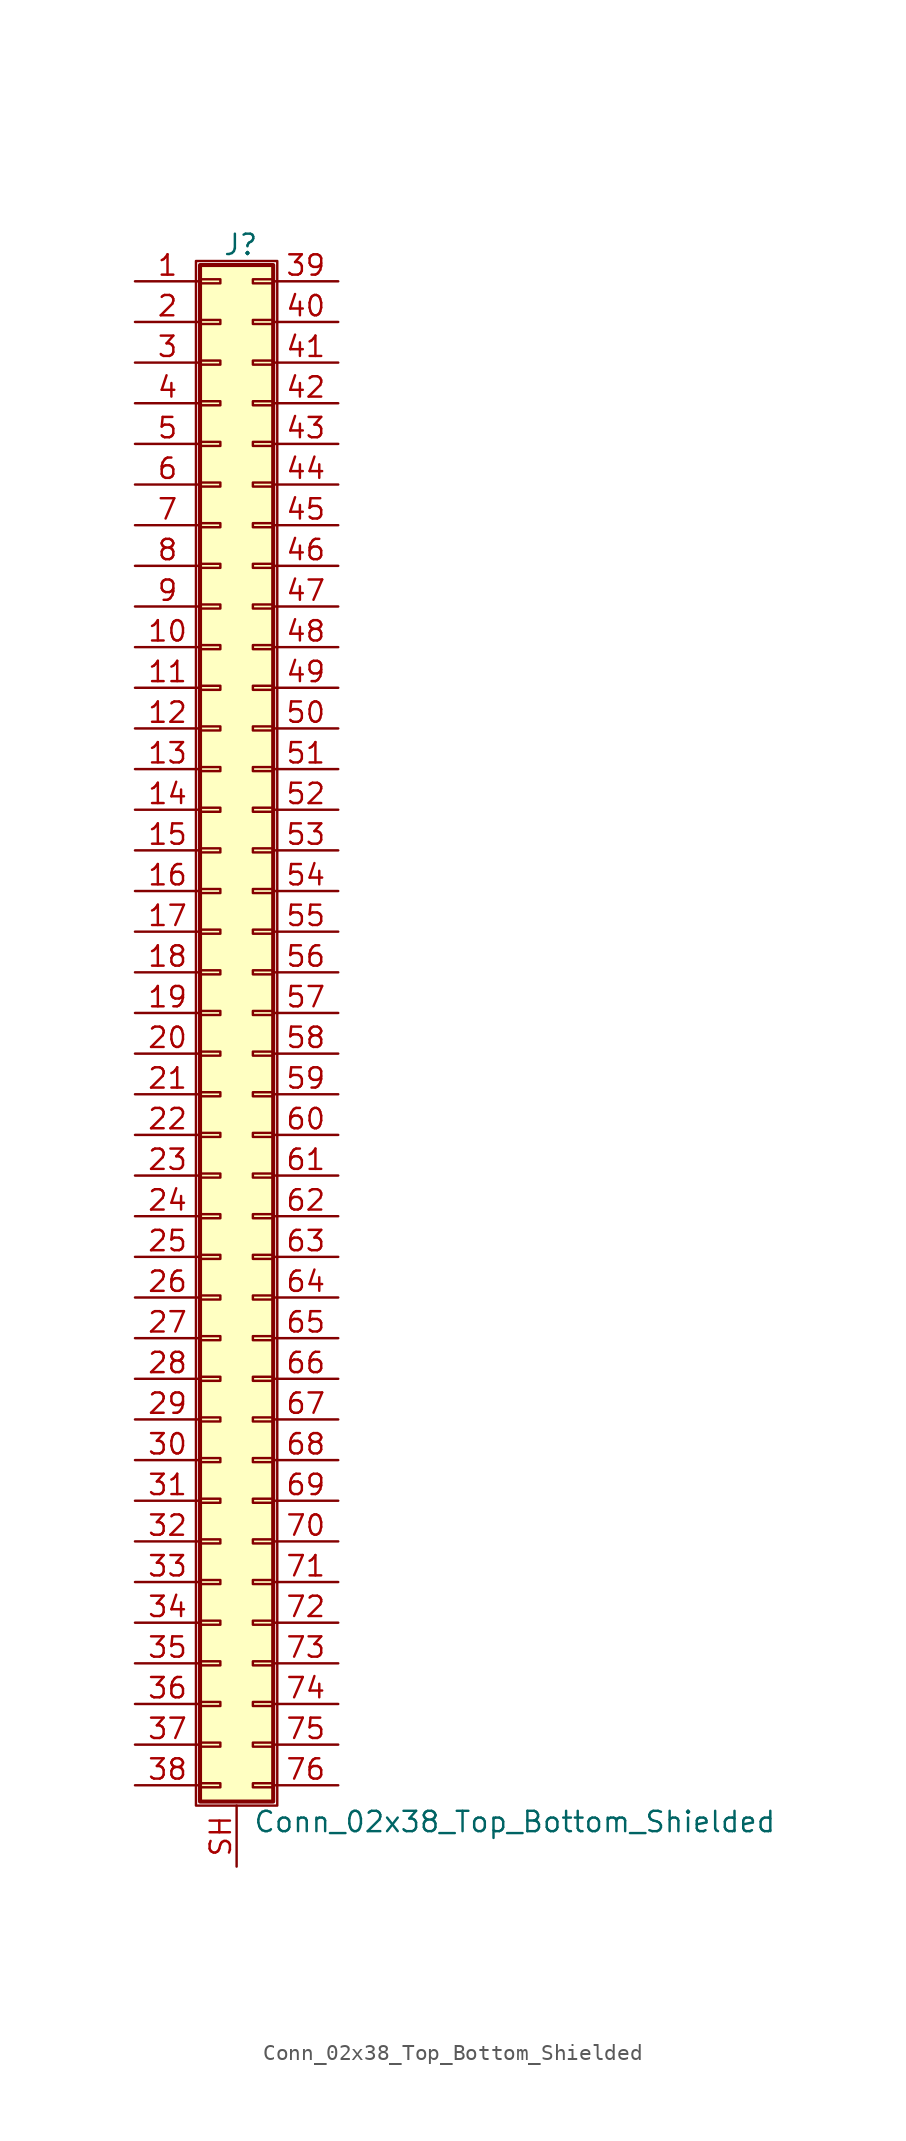
<source format=kicad_sym>
(kicad_symbol_lib
  (version 20211014)
  (generator kicad_symbol_editor)
  (symbol "Conn_02x38_Top_Bottom_Shielded"
    (pin_names
      (offset 1.016) hide)
    (property "Reference" "J"
      (at 1.524 48.006 0)
      (effects (font (size 1.27 1.27))))
    (property "Value" "Conn_02x38_Top_Bottom_Shielded"
      (at 2.286 -50.546 0)
      (effects (font (size 1.27 1.27)) (justify left)))
    (symbol "Conn_02x38_Top_Bottom_Shielded_1_1"
      (rectangle (start -1.27 46.99) (end 3.81 -49.53) (stroke (width 0.152) (type default) (color 0 0 0 0)) (fill (type none)))
      (rectangle (start -1.016 -48.133) (end 0.254 -48.387) (stroke (width 0.152) (type default) (color 0 0 0 0)) (fill (type none)))
      (rectangle (start -1.016 -45.593) (end 0.254 -45.847) (stroke (width 0.152) (type default) (color 0 0 0 0)) (fill (type none)))
      (rectangle (start -1.016 -43.053) (end 0.254 -43.307) (stroke (width 0.152) (type default) (color 0 0 0 0)) (fill (type none)))
      (rectangle (start -1.016 -40.513) (end 0.254 -40.767) (stroke (width 0.152) (type default) (color 0 0 0 0)) (fill (type none)))
      (rectangle (start -1.016 -37.973) (end 0.254 -38.227) (stroke (width 0.152) (type default) (color 0 0 0 0)) (fill (type none)))
      (rectangle (start -1.016 -35.433) (end 0.254 -35.687) (stroke (width 0.152) (type default) (color 0 0 0 0)) (fill (type none)))
      (rectangle (start -1.016 -32.893) (end 0.254 -33.147) (stroke (width 0.152) (type default) (color 0 0 0 0)) (fill (type none)))
      (rectangle (start -1.016 -30.353) (end 0.254 -30.607) (stroke (width 0.152) (type default) (color 0 0 0 0)) (fill (type none)))
      (rectangle (start -1.016 -27.813) (end 0.254 -28.067) (stroke (width 0.152) (type default) (color 0 0 0 0)) (fill (type none)))
      (rectangle (start -1.016 -25.273) (end 0.254 -25.527) (stroke (width 0.152) (type default) (color 0 0 0 0)) (fill (type none)))
      (rectangle (start -1.016 -22.733) (end 0.254 -22.987) (stroke (width 0.152) (type default) (color 0 0 0 0)) (fill (type none)))
      (rectangle (start -1.016 -20.193) (end 0.254 -20.447) (stroke (width 0.152) (type default) (color 0 0 0 0)) (fill (type none)))
      (rectangle (start -1.016 -17.653) (end 0.254 -17.907) (stroke (width 0.152) (type default) (color 0 0 0 0)) (fill (type none)))
      (rectangle (start -1.016 -15.113) (end 0.254 -15.367) (stroke (width 0.152) (type default) (color 0 0 0 0)) (fill (type none)))
      (rectangle (start -1.016 -12.573) (end 0.254 -12.827) (stroke (width 0.152) (type default) (color 0 0 0 0)) (fill (type none)))
      (rectangle (start -1.016 -10.033) (end 0.254 -10.287) (stroke (width 0.152) (type default) (color 0 0 0 0)) (fill (type none)))
      (rectangle (start -1.016 -7.493) (end 0.254 -7.747) (stroke (width 0.152) (type default) (color 0 0 0 0)) (fill (type none)))
      (rectangle (start -1.016 -4.953) (end 0.254 -5.207) (stroke (width 0.152) (type default) (color 0 0 0 0)) (fill (type none)))
      (rectangle (start -1.016 -2.413) (end 0.254 -2.667) (stroke (width 0.152) (type default) (color 0 0 0 0)) (fill (type none)))
      (rectangle (start -1.016 0.127) (end 0.254 -0.127) (stroke (width 0.152) (type default) (color 0 0 0 0)) (fill (type none)))
      (rectangle (start -1.016 2.667) (end 0.254 2.413) (stroke (width 0.152) (type default) (color 0 0 0 0)) (fill (type none)))
      (rectangle (start -1.016 5.207) (end 0.254 4.953) (stroke (width 0.152) (type default) (color 0 0 0 0)) (fill (type none)))
      (rectangle (start -1.016 7.747) (end 0.254 7.493) (stroke (width 0.152) (type default) (color 0 0 0 0)) (fill (type none)))
      (rectangle (start -1.016 10.287) (end 0.254 10.033) (stroke (width 0.152) (type default) (color 0 0 0 0)) (fill (type none)))
      (rectangle (start -1.016 12.827) (end 0.254 12.573) (stroke (width 0.152) (type default) (color 0 0 0 0)) (fill (type none)))
      (rectangle (start -1.016 15.367) (end 0.254 15.113) (stroke (width 0.152) (type default) (color 0 0 0 0)) (fill (type none)))
      (rectangle (start -1.016 17.907) (end 0.254 17.653) (stroke (width 0.152) (type default) (color 0 0 0 0)) (fill (type none)))
      (rectangle (start -1.016 20.447) (end 0.254 20.193) (stroke (width 0.152) (type default) (color 0 0 0 0)) (fill (type none)))
      (rectangle (start -1.016 22.987) (end 0.254 22.733) (stroke (width 0.152) (type default) (color 0 0 0 0)) (fill (type none)))
      (rectangle (start -1.016 25.527) (end 0.254 25.273) (stroke (width 0.152) (type default) (color 0 0 0 0)) (fill (type none)))
      (rectangle (start -1.016 28.067) (end 0.254 27.813) (stroke (width 0.152) (type default) (color 0 0 0 0)) (fill (type none)))
      (rectangle (start -1.016 30.607) (end 0.254 30.353) (stroke (width 0.152) (type default) (color 0 0 0 0)) (fill (type none)))
      (rectangle (start -1.016 33.147) (end 0.254 32.893) (stroke (width 0.152) (type default) (color 0 0 0 0)) (fill (type none)))
      (rectangle (start -1.016 35.687) (end 0.254 35.433) (stroke (width 0.152) (type default) (color 0 0 0 0)) (fill (type none)))
      (rectangle (start -1.016 38.227) (end 0.254 37.973) (stroke (width 0.152) (type default) (color 0 0 0 0)) (fill (type none)))
      (rectangle (start -1.016 40.767) (end 0.254 40.513) (stroke (width 0.152) (type default) (color 0 0 0 0)) (fill (type none)))
      (rectangle (start -1.016 43.307) (end 0.254 43.053) (stroke (width 0.152) (type default) (color 0 0 0 0)) (fill (type none)))
      (rectangle (start -1.016 45.847) (end 0.254 45.593) (stroke (width 0.152) (type default) (color 0 0 0 0)) (fill (type none)))
      (rectangle (start -1.016 46.736) (end 3.556 -49.276) (stroke (width 0.254) (type default) (color 0 0 0 0)) (fill (type background)))
      (rectangle (start 3.556 -48.133) (end 2.286 -48.387) (stroke (width 0.152) (type default) (color 0 0 0 0)) (fill (type none)))
      (rectangle (start 3.556 -45.593) (end 2.286 -45.847) (stroke (width 0.152) (type default) (color 0 0 0 0)) (fill (type none)))
      (rectangle (start 3.556 -43.053) (end 2.286 -43.307) (stroke (width 0.152) (type default) (color 0 0 0 0)) (fill (type none)))
      (rectangle (start 3.556 -40.513) (end 2.286 -40.767) (stroke (width 0.152) (type default) (color 0 0 0 0)) (fill (type none)))
      (rectangle (start 3.556 -37.973) (end 2.286 -38.227) (stroke (width 0.152) (type default) (color 0 0 0 0)) (fill (type none)))
      (rectangle (start 3.556 -35.433) (end 2.286 -35.687) (stroke (width 0.152) (type default) (color 0 0 0 0)) (fill (type none)))
      (rectangle (start 3.556 -32.893) (end 2.286 -33.147) (stroke (width 0.152) (type default) (color 0 0 0 0)) (fill (type none)))
      (rectangle (start 3.556 -30.353) (end 2.286 -30.607) (stroke (width 0.152) (type default) (color 0 0 0 0)) (fill (type none)))
      (rectangle (start 3.556 -27.813) (end 2.286 -28.067) (stroke (width 0.152) (type default) (color 0 0 0 0)) (fill (type none)))
      (rectangle (start 3.556 -25.273) (end 2.286 -25.527) (stroke (width 0.152) (type default) (color 0 0 0 0)) (fill (type none)))
      (rectangle (start 3.556 -22.733) (end 2.286 -22.987) (stroke (width 0.152) (type default) (color 0 0 0 0)) (fill (type none)))
      (rectangle (start 3.556 -20.193) (end 2.286 -20.447) (stroke (width 0.152) (type default) (color 0 0 0 0)) (fill (type none)))
      (rectangle (start 3.556 -17.653) (end 2.286 -17.907) (stroke (width 0.152) (type default) (color 0 0 0 0)) (fill (type none)))
      (rectangle (start 3.556 -15.113) (end 2.286 -15.367) (stroke (width 0.152) (type default) (color 0 0 0 0)) (fill (type none)))
      (rectangle (start 3.556 -12.573) (end 2.286 -12.827) (stroke (width 0.152) (type default) (color 0 0 0 0)) (fill (type none)))
      (rectangle (start 3.556 -10.033) (end 2.286 -10.287) (stroke (width 0.152) (type default) (color 0 0 0 0)) (fill (type none)))
      (rectangle (start 3.556 -7.493) (end 2.286 -7.747) (stroke (width 0.152) (type default) (color 0 0 0 0)) (fill (type none)))
      (rectangle (start 3.556 -4.953) (end 2.286 -5.207) (stroke (width 0.152) (type default) (color 0 0 0 0)) (fill (type none)))
      (rectangle (start 3.556 -2.413) (end 2.286 -2.667) (stroke (width 0.152) (type default) (color 0 0 0 0)) (fill (type none)))
      (rectangle (start 3.556 0.127) (end 2.286 -0.127) (stroke (width 0.152) (type default) (color 0 0 0 0)) (fill (type none)))
      (rectangle (start 3.556 2.667) (end 2.286 2.413) (stroke (width 0.152) (type default) (color 0 0 0 0)) (fill (type none)))
      (rectangle (start 3.556 5.207) (end 2.286 4.953) (stroke (width 0.152) (type default) (color 0 0 0 0)) (fill (type none)))
      (rectangle (start 3.556 7.747) (end 2.286 7.493) (stroke (width 0.152) (type default) (color 0 0 0 0)) (fill (type none)))
      (rectangle (start 3.556 10.287) (end 2.286 10.033) (stroke (width 0.152) (type default) (color 0 0 0 0)) (fill (type none)))
      (rectangle (start 3.556 12.827) (end 2.286 12.573) (stroke (width 0.152) (type default) (color 0 0 0 0)) (fill (type none)))
      (rectangle (start 3.556 15.367) (end 2.286 15.113) (stroke (width 0.152) (type default) (color 0 0 0 0)) (fill (type none)))
      (rectangle (start 3.556 17.907) (end 2.286 17.653) (stroke (width 0.152) (type default) (color 0 0 0 0)) (fill (type none)))
      (rectangle (start 3.556 20.447) (end 2.286 20.193) (stroke (width 0.152) (type default) (color 0 0 0 0)) (fill (type none)))
      (rectangle (start 3.556 22.987) (end 2.286 22.733) (stroke (width 0.152) (type default) (color 0 0 0 0)) (fill (type none)))
      (rectangle (start 3.556 25.527) (end 2.286 25.273) (stroke (width 0.152) (type default) (color 0 0 0 0)) (fill (type none)))
      (rectangle (start 3.556 28.067) (end 2.286 27.813) (stroke (width 0.152) (type default) (color 0 0 0 0)) (fill (type none)))
      (rectangle (start 3.556 30.607) (end 2.286 30.353) (stroke (width 0.152) (type default) (color 0 0 0 0)) (fill (type none)))
      (rectangle (start 3.556 33.147) (end 2.286 32.893) (stroke (width 0.152) (type default) (color 0 0 0 0)) (fill (type none)))
      (rectangle (start 3.556 35.687) (end 2.286 35.433) (stroke (width 0.152) (type default) (color 0 0 0 0)) (fill (type none)))
      (rectangle (start 3.556 38.227) (end 2.286 37.973) (stroke (width 0.152) (type default) (color 0 0 0 0)) (fill (type none)))
      (rectangle (start 3.556 40.767) (end 2.286 40.513) (stroke (width 0.152) (type default) (color 0 0 0 0)) (fill (type none)))
      (rectangle (start 3.556 43.307) (end 2.286 43.053) (stroke (width 0.152) (type default) (color 0 0 0 0)) (fill (type none)))
      (rectangle (start 3.556 45.847) (end 2.286 45.593) (stroke (width 0.152) (type default) (color 0 0 0 0)) (fill (type none)))
      (pin passive line (at -5.08 45.72 0) (length 4.064) (name "Pin_1" (effects (font (size 1.27 1.27)))) (number "1" (effects (font (size 1.27 1.27)))))
      (pin passive line (at -5.08 22.86 0) (length 4.064) (name "Pin_10" (effects (font (size 1.27 1.27)))) (number "10" (effects (font (size 1.27 1.27)))))
      (pin passive line (at -5.08 20.32 0) (length 4.064) (name "Pin_11" (effects (font (size 1.27 1.27)))) (number "11" (effects (font (size 1.27 1.27)))))
      (pin passive line (at -5.08 17.78 0) (length 4.064) (name "Pin_12" (effects (font (size 1.27 1.27)))) (number "12" (effects (font (size 1.27 1.27)))))
      (pin passive line (at -5.08 15.24 0) (length 4.064) (name "Pin_13" (effects (font (size 1.27 1.27)))) (number "13" (effects (font (size 1.27 1.27)))))
      (pin passive line (at -5.08 12.7 0) (length 4.064) (name "Pin_14" (effects (font (size 1.27 1.27)))) (number "14" (effects (font (size 1.27 1.27)))))
      (pin passive line (at -5.08 10.16 0) (length 4.064) (name "Pin_15" (effects (font (size 1.27 1.27)))) (number "15" (effects (font (size 1.27 1.27)))))
      (pin passive line (at -5.08 7.62 0) (length 4.064) (name "Pin_16" (effects (font (size 1.27 1.27)))) (number "16" (effects (font (size 1.27 1.27)))))
      (pin passive line (at -5.08 5.08 0) (length 4.064) (name "Pin_17" (effects (font (size 1.27 1.27)))) (number "17" (effects (font (size 1.27 1.27)))))
      (pin passive line (at -5.08 2.54 0) (length 4.064) (name "Pin_18" (effects (font (size 1.27 1.27)))) (number "18" (effects (font (size 1.27 1.27)))))
      (pin passive line (at -5.08 0 0) (length 4.064) (name "Pin_19" (effects (font (size 1.27 1.27)))) (number "19" (effects (font (size 1.27 1.27)))))
      (pin passive line (at -5.08 43.18 0) (length 4.064) (name "Pin_2" (effects (font (size 1.27 1.27)))) (number "2" (effects (font (size 1.27 1.27)))))
      (pin passive line (at -5.08 -2.54 0) (length 4.064) (name "Pin_20" (effects (font (size 1.27 1.27)))) (number "20" (effects (font (size 1.27 1.27)))))
      (pin passive line (at -5.08 -5.08 0) (length 4.064) (name "Pin_21" (effects (font (size 1.27 1.27)))) (number "21" (effects (font (size 1.27 1.27)))))
      (pin passive line (at -5.08 -7.62 0) (length 4.064) (name "Pin_22" (effects (font (size 1.27 1.27)))) (number "22" (effects (font (size 1.27 1.27)))))
      (pin passive line (at -5.08 -10.16 0) (length 4.064) (name "Pin_23" (effects (font (size 1.27 1.27)))) (number "23" (effects (font (size 1.27 1.27)))))
      (pin passive line (at -5.08 -12.7 0) (length 4.064) (name "Pin_24" (effects (font (size 1.27 1.27)))) (number "24" (effects (font (size 1.27 1.27)))))
      (pin passive line (at -5.08 -15.24 0) (length 4.064) (name "Pin_25" (effects (font (size 1.27 1.27)))) (number "25" (effects (font (size 1.27 1.27)))))
      (pin passive line (at -5.08 -17.78 0) (length 4.064) (name "Pin_26" (effects (font (size 1.27 1.27)))) (number "26" (effects (font (size 1.27 1.27)))))
      (pin passive line (at -5.08 -20.32 0) (length 4.064) (name "Pin_27" (effects (font (size 1.27 1.27)))) (number "27" (effects (font (size 1.27 1.27)))))
      (pin passive line (at -5.08 -22.86 0) (length 4.064) (name "Pin_28" (effects (font (size 1.27 1.27)))) (number "28" (effects (font (size 1.27 1.27)))))
      (pin passive line (at -5.08 -25.4 0) (length 4.064) (name "Pin_29" (effects (font (size 1.27 1.27)))) (number "29" (effects (font (size 1.27 1.27)))))
      (pin passive line (at -5.08 40.64 0) (length 4.064) (name "Pin_3" (effects (font (size 1.27 1.27)))) (number "3" (effects (font (size 1.27 1.27)))))
      (pin passive line (at -5.08 -27.94 0) (length 4.064) (name "Pin_30" (effects (font (size 1.27 1.27)))) (number "30" (effects (font (size 1.27 1.27)))))
      (pin passive line (at -5.08 -30.48 0) (length 4.064) (name "Pin_31" (effects (font (size 1.27 1.27)))) (number "31" (effects (font (size 1.27 1.27)))))
      (pin passive line (at -5.08 -33.02 0) (length 4.064) (name "Pin_32" (effects (font (size 1.27 1.27)))) (number "32" (effects (font (size 1.27 1.27)))))
      (pin passive line (at -5.08 -35.56 0) (length 4.064) (name "Pin_33" (effects (font (size 1.27 1.27)))) (number "33" (effects (font (size 1.27 1.27)))))
      (pin passive line (at -5.08 -38.1 0) (length 4.064) (name "Pin_34" (effects (font (size 1.27 1.27)))) (number "34" (effects (font (size 1.27 1.27)))))
      (pin passive line (at -5.08 -40.64 0) (length 4.064) (name "Pin_35" (effects (font (size 1.27 1.27)))) (number "35" (effects (font (size 1.27 1.27)))))
      (pin passive line (at -5.08 -43.18 0) (length 4.064) (name "Pin_36" (effects (font (size 1.27 1.27)))) (number "36" (effects (font (size 1.27 1.27)))))
      (pin passive line (at -5.08 -45.72 0) (length 4.064) (name "Pin_37" (effects (font (size 1.27 1.27)))) (number "37" (effects (font (size 1.27 1.27)))))
      (pin passive line (at -5.08 -48.26 0) (length 4.064) (name "Pin_38" (effects (font (size 1.27 1.27)))) (number "38" (effects (font (size 1.27 1.27)))))
      (pin passive line (at 7.62 45.72 180) (length 4.064) (name "Pin_39" (effects (font (size 1.27 1.27)))) (number "39" (effects (font (size 1.27 1.27)))))
      (pin passive line (at -5.08 38.1 0) (length 4.064) (name "Pin_4" (effects (font (size 1.27 1.27)))) (number "4" (effects (font (size 1.27 1.27)))))
      (pin passive line (at 7.62 43.18 180) (length 4.064) (name "Pin_40" (effects (font (size 1.27 1.27)))) (number "40" (effects (font (size 1.27 1.27)))))
      (pin passive line (at 7.62 40.64 180) (length 4.064) (name "Pin_41" (effects (font (size 1.27 1.27)))) (number "41" (effects (font (size 1.27 1.27)))))
      (pin passive line (at 7.62 38.1 180) (length 4.064) (name "Pin_42" (effects (font (size 1.27 1.27)))) (number "42" (effects (font (size 1.27 1.27)))))
      (pin passive line (at 7.62 35.56 180) (length 4.064) (name "Pin_43" (effects (font (size 1.27 1.27)))) (number "43" (effects (font (size 1.27 1.27)))))
      (pin passive line (at 7.62 33.02 180) (length 4.064) (name "Pin_44" (effects (font (size 1.27 1.27)))) (number "44" (effects (font (size 1.27 1.27)))))
      (pin passive line (at 7.62 30.48 180) (length 4.064) (name "Pin_45" (effects (font (size 1.27 1.27)))) (number "45" (effects (font (size 1.27 1.27)))))
      (pin passive line (at 7.62 27.94 180) (length 4.064) (name "Pin_46" (effects (font (size 1.27 1.27)))) (number "46" (effects (font (size 1.27 1.27)))))
      (pin passive line (at 7.62 25.4 180) (length 4.064) (name "Pin_47" (effects (font (size 1.27 1.27)))) (number "47" (effects (font (size 1.27 1.27)))))
      (pin passive line (at 7.62 22.86 180) (length 4.064) (name "Pin_48" (effects (font (size 1.27 1.27)))) (number "48" (effects (font (size 1.27 1.27)))))
      (pin passive line (at 7.62 20.32 180) (length 4.064) (name "Pin_49" (effects (font (size 1.27 1.27)))) (number "49" (effects (font (size 1.27 1.27)))))
      (pin passive line (at -5.08 35.56 0) (length 4.064) (name "Pin_5" (effects (font (size 1.27 1.27)))) (number "5" (effects (font (size 1.27 1.27)))))
      (pin passive line (at 7.62 17.78 180) (length 4.064) (name "Pin_50" (effects (font (size 1.27 1.27)))) (number "50" (effects (font (size 1.27 1.27)))))
      (pin passive line (at 7.62 15.24 180) (length 4.064) (name "Pin_51" (effects (font (size 1.27 1.27)))) (number "51" (effects (font (size 1.27 1.27)))))
      (pin passive line (at 7.62 12.7 180) (length 4.064) (name "Pin_52" (effects (font (size 1.27 1.27)))) (number "52" (effects (font (size 1.27 1.27)))))
      (pin passive line (at 7.62 10.16 180) (length 4.064) (name "Pin_53" (effects (font (size 1.27 1.27)))) (number "53" (effects (font (size 1.27 1.27)))))
      (pin passive line (at 7.62 7.62 180) (length 4.064) (name "Pin_54" (effects (font (size 1.27 1.27)))) (number "54" (effects (font (size 1.27 1.27)))))
      (pin passive line (at 7.62 5.08 180) (length 4.064) (name "Pin_55" (effects (font (size 1.27 1.27)))) (number "55" (effects (font (size 1.27 1.27)))))
      (pin passive line (at 7.62 2.54 180) (length 4.064) (name "Pin_56" (effects (font (size 1.27 1.27)))) (number "56" (effects (font (size 1.27 1.27)))))
      (pin passive line (at 7.62 0 180) (length 4.064) (name "Pin_57" (effects (font (size 1.27 1.27)))) (number "57" (effects (font (size 1.27 1.27)))))
      (pin passive line (at 7.62 -2.54 180) (length 4.064) (name "Pin_58" (effects (font (size 1.27 1.27)))) (number "58" (effects (font (size 1.27 1.27)))))
      (pin passive line (at 7.62 -5.08 180) (length 4.064) (name "Pin_59" (effects (font (size 1.27 1.27)))) (number "59" (effects (font (size 1.27 1.27)))))
      (pin passive line (at -5.08 33.02 0) (length 4.064) (name "Pin_6" (effects (font (size 1.27 1.27)))) (number "6" (effects (font (size 1.27 1.27)))))
      (pin passive line (at 7.62 -7.62 180) (length 4.064) (name "Pin_60" (effects (font (size 1.27 1.27)))) (number "60" (effects (font (size 1.27 1.27)))))
      (pin passive line (at 7.62 -10.16 180) (length 4.064) (name "Pin_61" (effects (font (size 1.27 1.27)))) (number "61" (effects (font (size 1.27 1.27)))))
      (pin passive line (at 7.62 -12.7 180) (length 4.064) (name "Pin_62" (effects (font (size 1.27 1.27)))) (number "62" (effects (font (size 1.27 1.27)))))
      (pin passive line (at 7.62 -15.24 180) (length 4.064) (name "Pin_63" (effects (font (size 1.27 1.27)))) (number "63" (effects (font (size 1.27 1.27)))))
      (pin passive line (at 7.62 -17.78 180) (length 4.064) (name "Pin_64" (effects (font (size 1.27 1.27)))) (number "64" (effects (font (size 1.27 1.27)))))
      (pin passive line (at 7.62 -20.32 180) (length 4.064) (name "Pin_65" (effects (font (size 1.27 1.27)))) (number "65" (effects (font (size 1.27 1.27)))))
      (pin passive line (at 7.62 -22.86 180) (length 4.064) (name "Pin_66" (effects (font (size 1.27 1.27)))) (number "66" (effects (font (size 1.27 1.27)))))
      (pin passive line (at 7.62 -25.4 180) (length 4.064) (name "Pin_67" (effects (font (size 1.27 1.27)))) (number "67" (effects (font (size 1.27 1.27)))))
      (pin passive line (at 7.62 -27.94 180) (length 4.064) (name "Pin_68" (effects (font (size 1.27 1.27)))) (number "68" (effects (font (size 1.27 1.27)))))
      (pin passive line (at 7.62 -30.48 180) (length 4.064) (name "Pin_69" (effects (font (size 1.27 1.27)))) (number "69" (effects (font (size 1.27 1.27)))))
      (pin passive line (at -5.08 30.48 0) (length 4.064) (name "Pin_7" (effects (font (size 1.27 1.27)))) (number "7" (effects (font (size 1.27 1.27)))))
      (pin passive line (at 7.62 -33.02 180) (length 4.064) (name "Pin_70" (effects (font (size 1.27 1.27)))) (number "70" (effects (font (size 1.27 1.27)))))
      (pin passive line (at 7.62 -35.56 180) (length 4.064) (name "Pin_71" (effects (font (size 1.27 1.27)))) (number "71" (effects (font (size 1.27 1.27)))))
      (pin passive line (at 7.62 -38.1 180) (length 4.064) (name "Pin_72" (effects (font (size 1.27 1.27)))) (number "72" (effects (font (size 1.27 1.27)))))
      (pin passive line (at 7.62 -40.64 180) (length 4.064) (name "Pin_73" (effects (font (size 1.27 1.27)))) (number "73" (effects (font (size 1.27 1.27)))))
      (pin passive line (at 7.62 -43.18 180) (length 4.064) (name "Pin_74" (effects (font (size 1.27 1.27)))) (number "74" (effects (font (size 1.27 1.27)))))
      (pin passive line (at 7.62 -45.72 180) (length 4.064) (name "Pin_75" (effects (font (size 1.27 1.27)))) (number "75" (effects (font (size 1.27 1.27)))))
      (pin passive line (at 7.62 -48.26 180) (length 4.064) (name "Pin_76" (effects (font (size 1.27 1.27)))) (number "76" (effects (font (size 1.27 1.27)))))
      (pin passive line (at -5.08 27.94 0) (length 4.064) (name "Pin_8" (effects (font (size 1.27 1.27)))) (number "8" (effects (font (size 1.27 1.27)))))
      (pin passive line (at -5.08 25.4 0) (length 4.064) (name "Pin_9" (effects (font (size 1.27 1.27)))) (number "9" (effects (font (size 1.27 1.27)))))
      (pin passive line (at 1.27 -53.34 90) (length 3.81) (name "Shield" (effects (font (size 1.27 1.27)))) (number "SH" (effects (font (size 1.27 1.27))))))))
</source>
